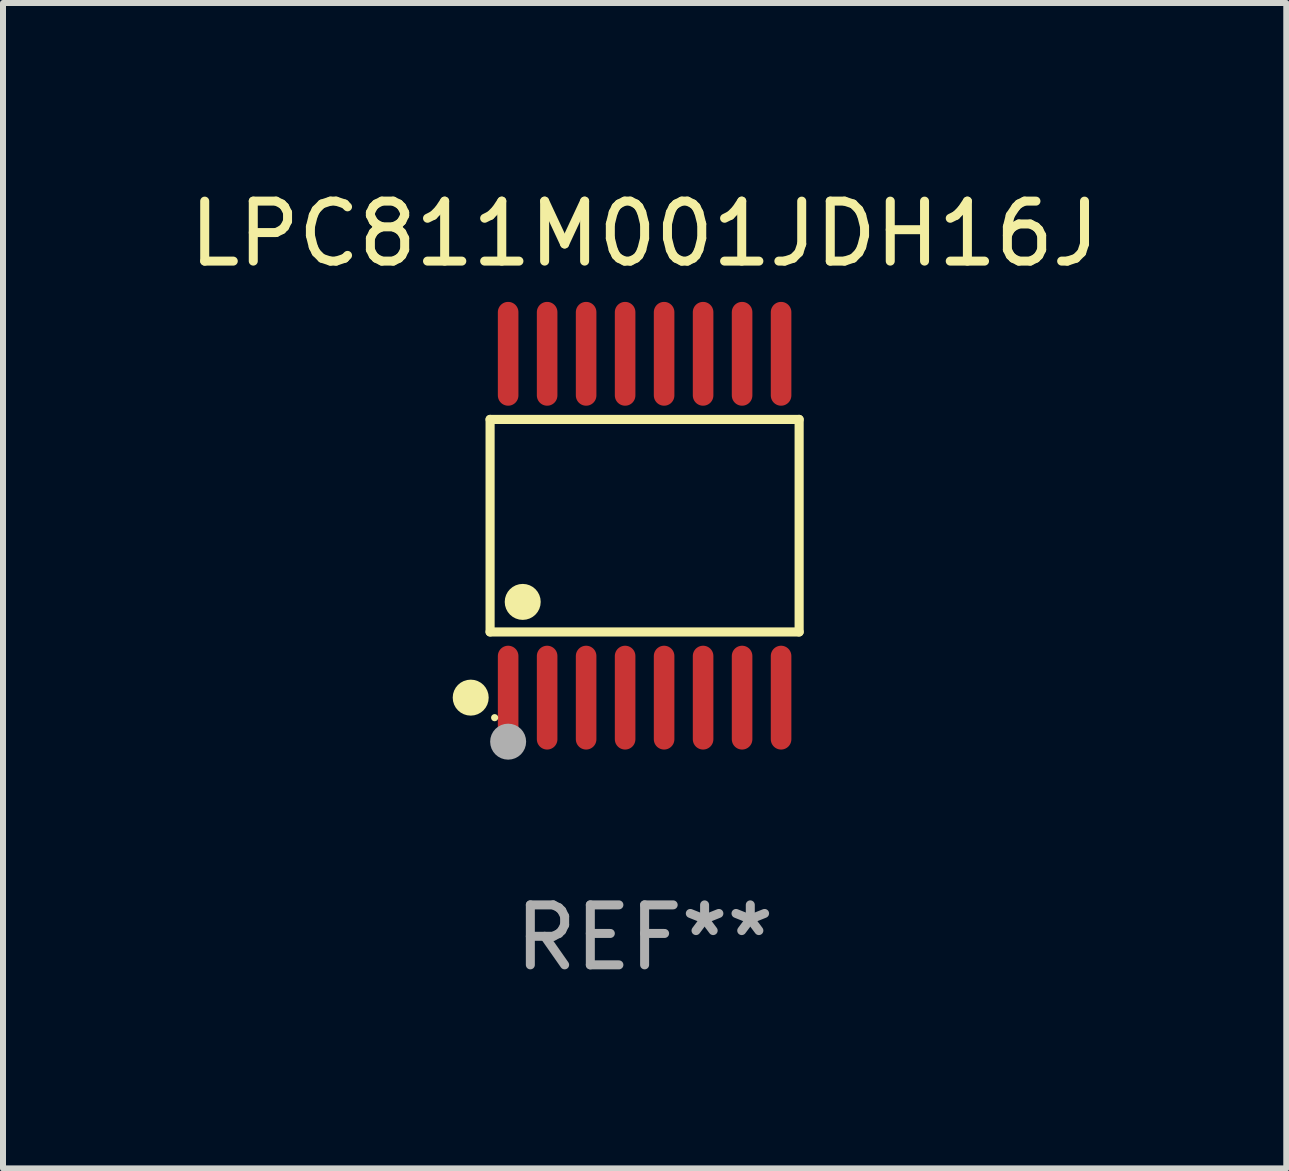
<source format=kicad_pcb>
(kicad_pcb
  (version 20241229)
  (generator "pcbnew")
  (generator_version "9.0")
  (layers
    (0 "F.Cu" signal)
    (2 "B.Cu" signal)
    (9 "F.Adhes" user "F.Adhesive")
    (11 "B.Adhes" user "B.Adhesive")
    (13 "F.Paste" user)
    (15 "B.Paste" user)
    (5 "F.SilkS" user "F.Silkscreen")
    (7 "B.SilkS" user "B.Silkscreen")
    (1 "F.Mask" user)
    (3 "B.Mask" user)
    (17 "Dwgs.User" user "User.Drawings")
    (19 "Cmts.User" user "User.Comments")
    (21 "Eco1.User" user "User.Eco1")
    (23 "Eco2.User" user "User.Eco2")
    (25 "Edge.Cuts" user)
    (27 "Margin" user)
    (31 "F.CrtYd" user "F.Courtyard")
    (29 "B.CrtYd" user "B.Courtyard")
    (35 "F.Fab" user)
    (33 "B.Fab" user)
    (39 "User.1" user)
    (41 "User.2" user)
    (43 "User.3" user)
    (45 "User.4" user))
  (footprint "LPC811M001JDH16J"
    (layer "F.Cu")
    (at 7.696 5.714)
    (property "Reference" "LPC811M001JDH16J" (at 0 -4.866 0) (layer "F.SilkS") (effects (font (size 1 1) (thickness 0.15))))
    (attr through_hole)
    (fp_line (start -2.576 -1.772) (end 2.576 -1.772) (stroke (width 0.152) (type solid)) (layer "F.SilkS"))
    (fp_line (start -2.576 1.771) (end -2.576 -1.772) (stroke (width 0.152) (type solid)) (layer "F.SilkS"))
    (fp_line (start 2.576 -1.772) (end 2.576 1.771) (stroke (width 0.152) (type solid)) (layer "F.SilkS"))
    (fp_line (start 2.576 1.771) (end -2.576 1.771) (stroke (width 0.152) (type solid)) (layer "F.SilkS"))
    (fp_circle (center -2.899 2.866) (end -2.749 2.866) (stroke (width 0.3) (type solid)) (fill no) (layer "F.SilkS"))
    (fp_circle (center -2.5 3.2) (end -2.47 3.2) (stroke (width 0.06) (type solid)) (fill no) (layer "F.SilkS"))
    (fp_circle (center -2.032 1.27) (end -1.882 1.27) (stroke (width 0.3) (type solid)) (fill no) (layer "F.SilkS"))
    (fp_circle (center -2.275 3.6) (end -2.125 3.6) (stroke (width 0.3) (type solid)) (fill no) (layer "F.Fab"))
    (fp_text user "REF**" (at 0 6.866 0) (layer "F.Fab") (effects (font (size 1 1) (thickness 0.15))))
    (pad "1" smd oval (at -2.275 2.866) (size 0.343 1.731) (layers "F.Cu" "F.Mask" "F.Paste"))
    (pad "2" smd oval (at -1.625 2.866) (size 0.343 1.731) (layers "F.Cu" "F.Mask" "F.Paste"))
    (pad "3" smd oval (at -0.975 2.866) (size 0.343 1.731) (layers "F.Cu" "F.Mask" "F.Paste"))
    (pad "4" smd oval (at -0.325 2.866) (size 0.343 1.731) (layers "F.Cu" "F.Mask" "F.Paste"))
    (pad "5" smd oval (at 0.325 2.866) (size 0.343 1.731) (layers "F.Cu" "F.Mask" "F.Paste"))
    (pad "6" smd oval (at 0.975 2.866) (size 0.343 1.731) (layers "F.Cu" "F.Mask" "F.Paste"))
    (pad "7" smd oval (at 1.625 2.866) (size 0.343 1.731) (layers "F.Cu" "F.Mask" "F.Paste"))
    (pad "8" smd oval (at 2.275 2.866) (size 0.343 1.731) (layers "F.Cu" "F.Mask" "F.Paste"))
    (pad "9" smd oval (at 2.275 -2.866) (size 0.343 1.731) (layers "F.Cu" "F.Mask" "F.Paste"))
    (pad "10" smd oval (at 1.625 -2.866) (size 0.343 1.731) (layers "F.Cu" "F.Mask" "F.Paste"))
    (pad "11" smd oval (at 0.975 -2.866) (size 0.343 1.731) (layers "F.Cu" "F.Mask" "F.Paste"))
    (pad "12" smd oval (at 0.325 -2.866) (size 0.343 1.731) (layers "F.Cu" "F.Mask" "F.Paste"))
    (pad "13" smd oval (at -0.325 -2.866) (size 0.343 1.731) (layers "F.Cu" "F.Mask" "F.Paste"))
    (pad "14" smd oval (at -0.975 -2.866) (size 0.343 1.731) (layers "F.Cu" "F.Mask" "F.Paste"))
    (pad "15" smd oval (at -1.625 -2.866) (size 0.343 1.731) (layers "F.Cu" "F.Mask" "F.Paste"))
    (pad "16" smd oval (at -2.275 -2.866) (size 0.343 1.731) (layers "F.Cu" "F.Mask" "F.Paste")))
  (gr_rect
    (start -3 -3)
    (end 18.393 16.428)
    (stroke (width 0.1) (type default))
    (fill no)
    (layer "Edge.Cuts")))
</source>
